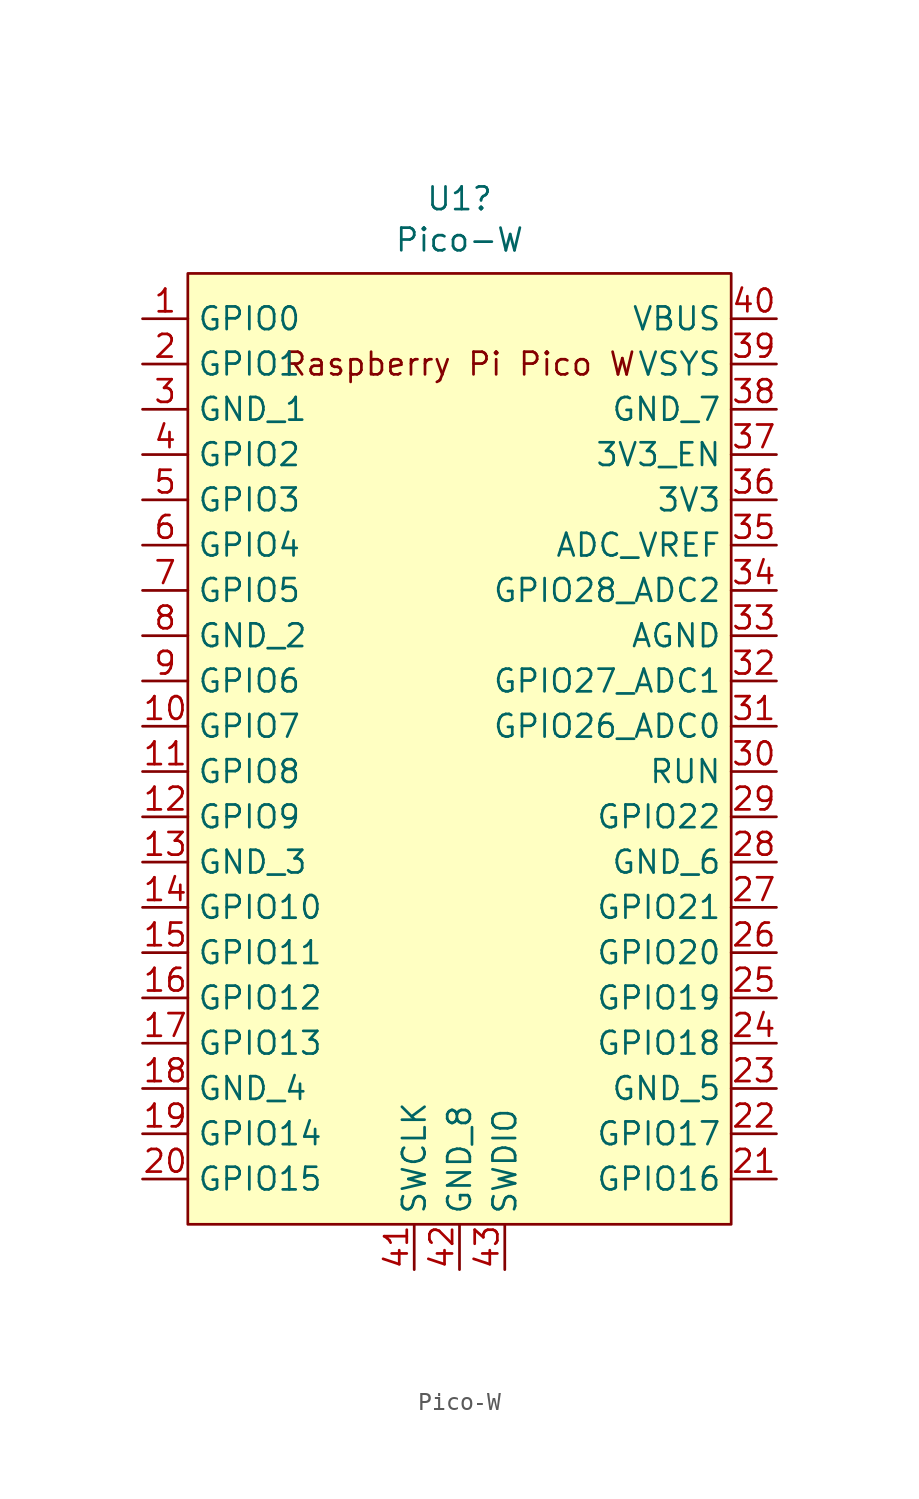
<source format=kicad_sym>
(kicad_symbol_lib
  (version 20220914)
  (generator kicad_symbol_editor)
  (symbol "Pico-W"
    (property "Reference" "U1"
      (at 0 30.861 0)
      (effects (font (size 1.27 1.27))))
    (property "Value" "Pico-W"
      (at 0 28.55 0)
      (effects (font (size 1.27 1.27))))
    (symbol "Pico-W_0_1"
      (rectangle (start -15.24 26.67) (end 15.24 -26.67) (stroke (width 0) (type solid)) (fill (type background))))
    (symbol "Pico-W_1_0"
      (text "Raspberry Pi Pico W" (at 0 21.59 0) (effects (font (size 1.27 1.27)))))
    (symbol "Pico-W_1_1"
      (pin bidirectional line (at -17.78 24.13 0) (length 2.54) (name "GPIO0" (effects (font (size 1.27 1.27)))) (number "1" (effects (font (size 1.27 1.27)))))
      (pin bidirectional line (at -17.78 1.27 0) (length 2.54) (name "GPIO7" (effects (font (size 1.27 1.27)))) (number "10" (effects (font (size 1.27 1.27)))))
      (pin bidirectional line (at -17.78 -1.27 0) (length 2.54) (name "GPIO8" (effects (font (size 1.27 1.27)))) (number "11" (effects (font (size 1.27 1.27)))))
      (pin bidirectional line (at -17.78 -3.81 0) (length 2.54) (name "GPIO9" (effects (font (size 1.27 1.27)))) (number "12" (effects (font (size 1.27 1.27)))))
      (pin power_in line (at -17.78 -6.35 0) (length 2.54) (name "GND_3" (effects (font (size 1.27 1.27)))) (number "13" (effects (font (size 1.27 1.27)))))
      (pin bidirectional line (at -17.78 -8.89 0) (length 2.54) (name "GPIO10" (effects (font (size 1.27 1.27)))) (number "14" (effects (font (size 1.27 1.27)))))
      (pin bidirectional line (at -17.78 -11.43 0) (length 2.54) (name "GPIO11" (effects (font (size 1.27 1.27)))) (number "15" (effects (font (size 1.27 1.27)))))
      (pin bidirectional line (at -17.78 -13.97 0) (length 2.54) (name "GPIO12" (effects (font (size 1.27 1.27)))) (number "16" (effects (font (size 1.27 1.27)))))
      (pin bidirectional line (at -17.78 -16.51 0) (length 2.54) (name "GPIO13" (effects (font (size 1.27 1.27)))) (number "17" (effects (font (size 1.27 1.27)))))
      (pin power_in line (at -17.78 -19.05 0) (length 2.54) (name "GND_4" (effects (font (size 1.27 1.27)))) (number "18" (effects (font (size 1.27 1.27)))))
      (pin bidirectional line (at -17.78 -21.59 0) (length 2.54) (name "GPIO14" (effects (font (size 1.27 1.27)))) (number "19" (effects (font (size 1.27 1.27)))))
      (pin bidirectional line (at -17.78 21.59 0) (length 2.54) (name "GPIO1" (effects (font (size 1.27 1.27)))) (number "2" (effects (font (size 1.27 1.27)))))
      (pin bidirectional line (at -17.78 -24.13 0) (length 2.54) (name "GPIO15" (effects (font (size 1.27 1.27)))) (number "20" (effects (font (size 1.27 1.27)))))
      (pin bidirectional line (at 17.78 -24.13 180) (length 2.54) (name "GPIO16" (effects (font (size 1.27 1.27)))) (number "21" (effects (font (size 1.27 1.27)))))
      (pin bidirectional line (at 17.78 -21.59 180) (length 2.54) (name "GPIO17" (effects (font (size 1.27 1.27)))) (number "22" (effects (font (size 1.27 1.27)))))
      (pin power_in line (at 17.78 -19.05 180) (length 2.54) (name "GND_5" (effects (font (size 1.27 1.27)))) (number "23" (effects (font (size 1.27 1.27)))))
      (pin bidirectional line (at 17.78 -16.51 180) (length 2.54) (name "GPIO18" (effects (font (size 1.27 1.27)))) (number "24" (effects (font (size 1.27 1.27)))))
      (pin bidirectional line (at 17.78 -13.97 180) (length 2.54) (name "GPIO19" (effects (font (size 1.27 1.27)))) (number "25" (effects (font (size 1.27 1.27)))))
      (pin bidirectional line (at 17.78 -11.43 180) (length 2.54) (name "GPIO20" (effects (font (size 1.27 1.27)))) (number "26" (effects (font (size 1.27 1.27)))))
      (pin bidirectional line (at 17.78 -8.89 180) (length 2.54) (name "GPIO21" (effects (font (size 1.27 1.27)))) (number "27" (effects (font (size 1.27 1.27)))))
      (pin power_in line (at 17.78 -6.35 180) (length 2.54) (name "GND_6" (effects (font (size 1.27 1.27)))) (number "28" (effects (font (size 1.27 1.27)))))
      (pin bidirectional line (at 17.78 -3.81 180) (length 2.54) (name "GPIO22" (effects (font (size 1.27 1.27)))) (number "29" (effects (font (size 1.27 1.27)))))
      (pin power_in line (at -17.78 19.05 0) (length 2.54) (name "GND_1" (effects (font (size 1.27 1.27)))) (number "3" (effects (font (size 1.27 1.27)))))
      (pin input line (at 17.78 -1.27 180) (length 2.54) (name "RUN" (effects (font (size 1.27 1.27)))) (number "30" (effects (font (size 1.27 1.27)))))
      (pin bidirectional line (at 17.78 1.27 180) (length 2.54) (name "GPIO26_ADC0" (effects (font (size 1.27 1.27)))) (number "31" (effects (font (size 1.27 1.27)))))
      (pin bidirectional line (at 17.78 3.81 180) (length 2.54) (name "GPIO27_ADC1" (effects (font (size 1.27 1.27)))) (number "32" (effects (font (size 1.27 1.27)))))
      (pin power_in line (at 17.78 6.35 180) (length 2.54) (name "AGND" (effects (font (size 1.27 1.27)))) (number "33" (effects (font (size 1.27 1.27)))))
      (pin bidirectional line (at 17.78 8.89 180) (length 2.54) (name "GPIO28_ADC2" (effects (font (size 1.27 1.27)))) (number "34" (effects (font (size 1.27 1.27)))))
      (pin power_in line (at 17.78 11.43 180) (length 2.54) (name "ADC_VREF" (effects (font (size 1.27 1.27)))) (number "35" (effects (font (size 1.27 1.27)))))
      (pin power_out line (at 17.78 13.97 180) (length 2.54) (name "3V3" (effects (font (size 1.27 1.27)))) (number "36" (effects (font (size 1.27 1.27)))))
      (pin input line (at 17.78 16.51 180) (length 2.54) (name "3V3_EN" (effects (font (size 1.27 1.27)))) (number "37" (effects (font (size 1.27 1.27)))))
      (pin power_in line (at 17.78 19.05 180) (length 2.54) (name "GND_7" (effects (font (size 1.27 1.27)))) (number "38" (effects (font (size 1.27 1.27)))))
      (pin power_in line (at 17.78 21.59 180) (length 2.54) (name "VSYS" (effects (font (size 1.27 1.27)))) (number "39" (effects (font (size 1.27 1.27)))))
      (pin bidirectional line (at -17.78 16.51 0) (length 2.54) (name "GPIO2" (effects (font (size 1.27 1.27)))) (number "4" (effects (font (size 1.27 1.27)))))
      (pin power_out line (at 17.78 24.13 180) (length 2.54) (name "VBUS" (effects (font (size 1.27 1.27)))) (number "40" (effects (font (size 1.27 1.27)))))
      (pin input line (at -2.54 -29.21 90) (length 2.54) (name "SWCLK" (effects (font (size 1.27 1.27)))) (number "41" (effects (font (size 1.27 1.27)))))
      (pin power_in line (at 0 -29.21 90) (length 2.54) (name "GND_8" (effects (font (size 1.27 1.27)))) (number "42" (effects (font (size 1.27 1.27)))))
      (pin bidirectional line (at 2.54 -29.21 90) (length 2.54) (name "SWDIO" (effects (font (size 1.27 1.27)))) (number "43" (effects (font (size 1.27 1.27)))))
      (pin bidirectional line (at -17.78 13.97 0) (length 2.54) (name "GPIO3" (effects (font (size 1.27 1.27)))) (number "5" (effects (font (size 1.27 1.27)))))
      (pin bidirectional line (at -17.78 11.43 0) (length 2.54) (name "GPIO4" (effects (font (size 1.27 1.27)))) (number "6" (effects (font (size 1.27 1.27)))))
      (pin bidirectional line (at -17.78 8.89 0) (length 2.54) (name "GPIO5" (effects (font (size 1.27 1.27)))) (number "7" (effects (font (size 1.27 1.27)))))
      (pin power_in line (at -17.78 6.35 0) (length 2.54) (name "GND_2" (effects (font (size 1.27 1.27)))) (number "8" (effects (font (size 1.27 1.27)))))
      (pin bidirectional line (at -17.78 3.81 0) (length 2.54) (name "GPIO6" (effects (font (size 1.27 1.27)))) (number "9" (effects (font (size 1.27 1.27))))))))
</source>
